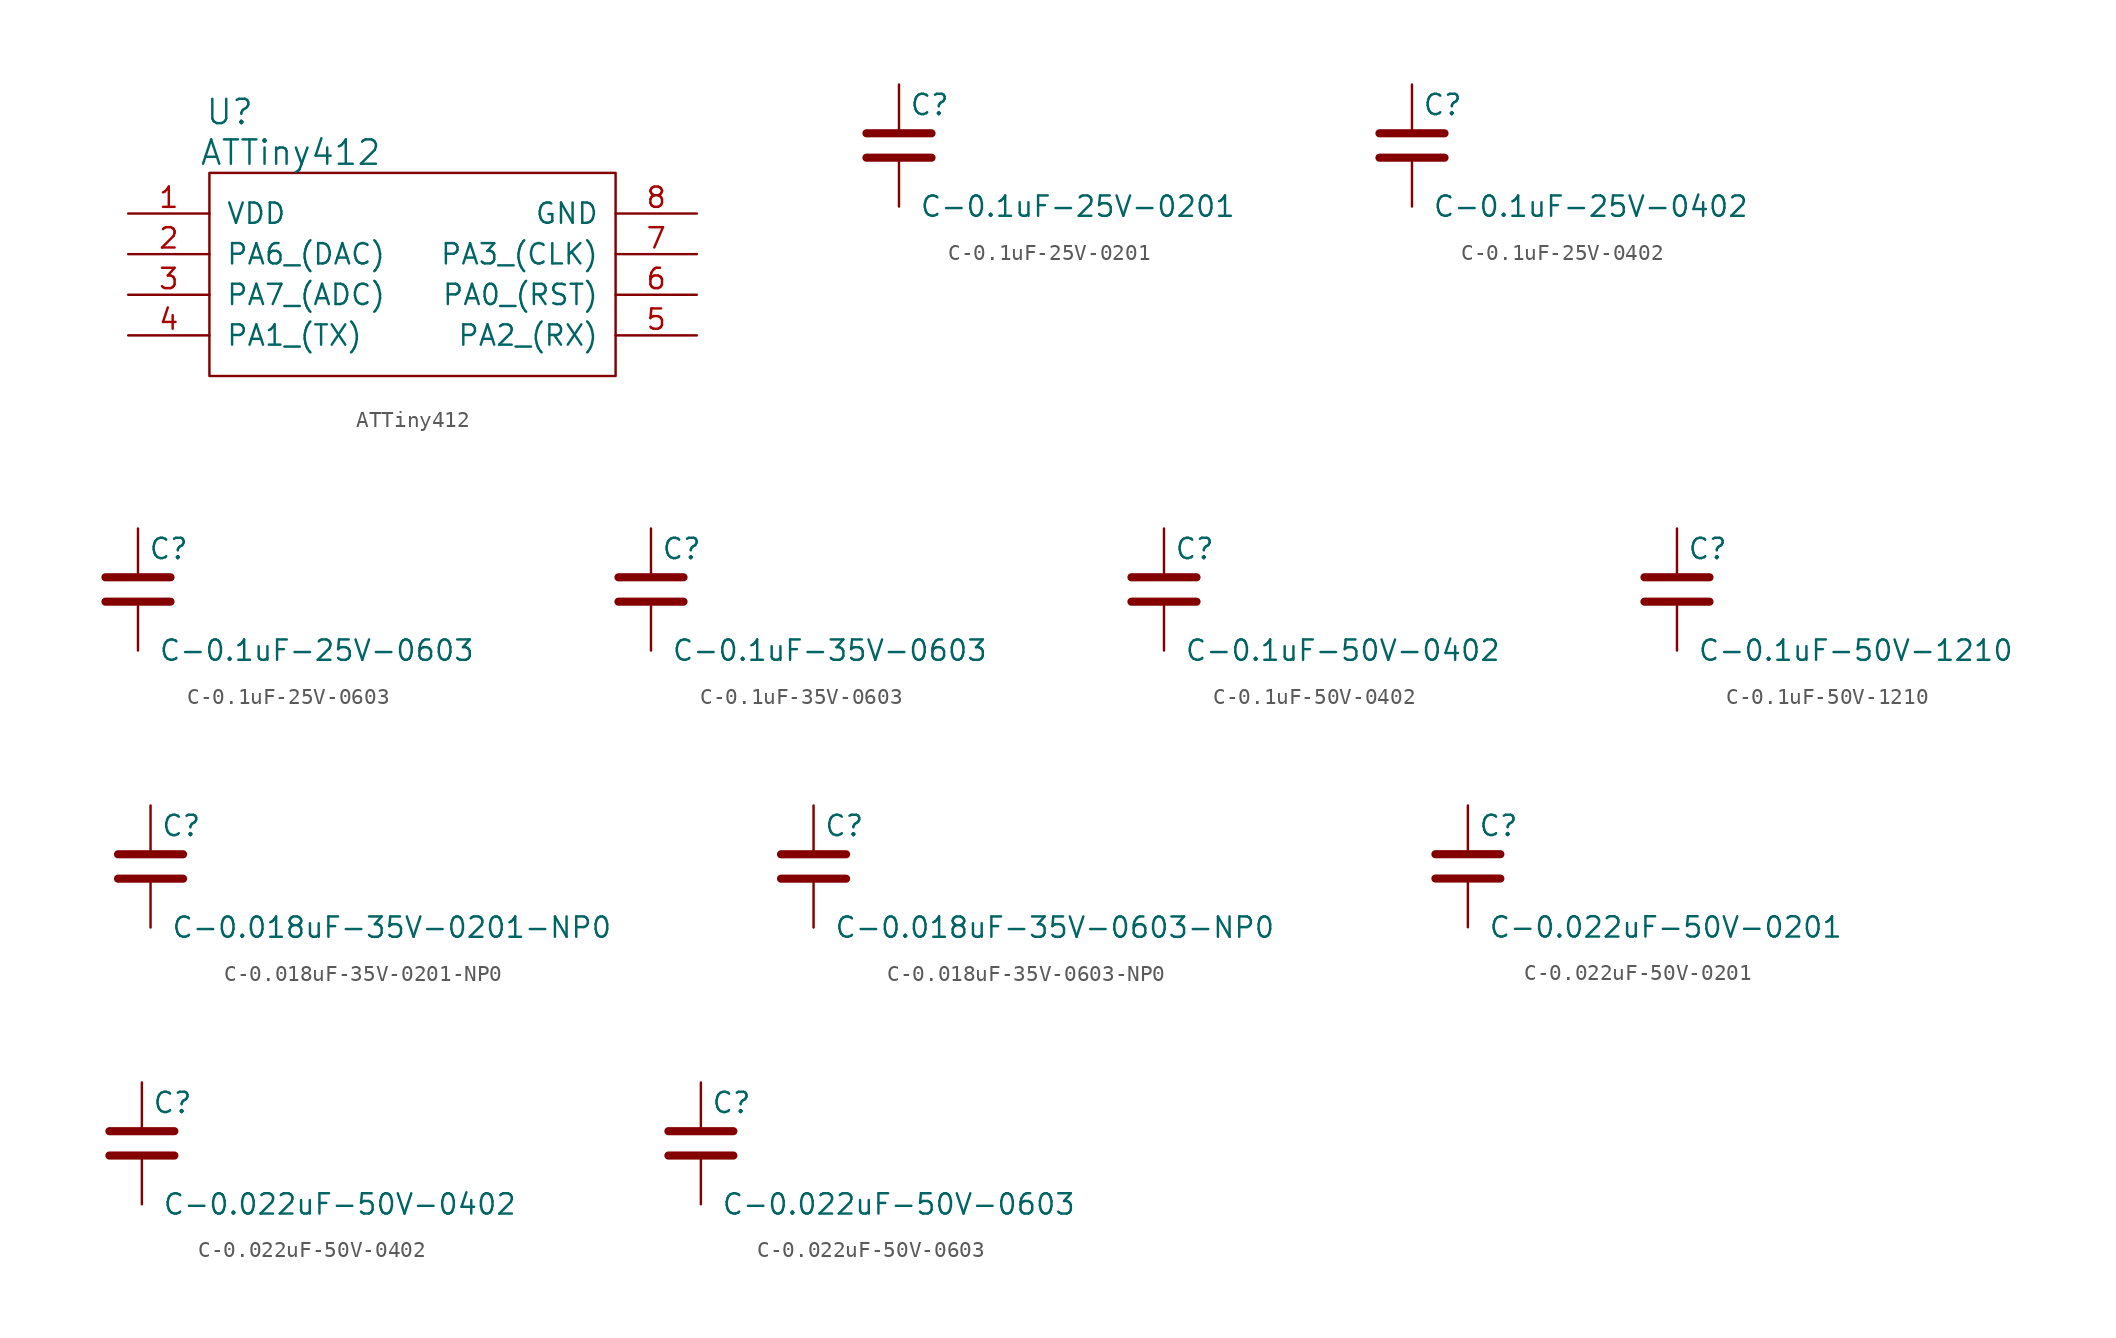
<source format=kicad_sym>
(kicad_symbol_lib
  (version 20211014)
  (generator kicad_symbol_editor)
  (symbol "ATTiny412"
    (pin_names
      (offset 1.016))
    (property "Reference" "U"
      (at -11.43 10.16 0)
      (effects (font (size 1.524 1.524))))
    (property "Value" "ATTiny412"
      (at -7.62 7.62 0)
      (effects (font (size 1.524 1.524))))
    (symbol "ATTiny412_0_1"
      (rectangle (start -12.7 6.35) (end 12.7 -6.35) (stroke (width 0) (type default) (color 0 0 0 0)) (fill (type none))))
    (symbol "ATTiny412_1_1"
      (pin input line (at -17.78 3.81 0) (length 5.08) (name "VDD" (effects (font (size 1.27 1.27)))) (number "1" (effects (font (size 1.27 1.27)))))
      (pin input line (at -17.78 1.27 0) (length 5.08) (name "PA6_(DAC)" (effects (font (size 1.27 1.27)))) (number "2" (effects (font (size 1.27 1.27)))))
      (pin input line (at -17.78 -1.27 0) (length 5.08) (name "PA7_(ADC)" (effects (font (size 1.27 1.27)))) (number "3" (effects (font (size 1.27 1.27)))))
      (pin input line (at -17.78 -3.81 0) (length 5.08) (name "PA1_(TX)" (effects (font (size 1.27 1.27)))) (number "4" (effects (font (size 1.27 1.27)))))
      (pin input line (at 17.78 -3.81 180) (length 5.08) (name "PA2_(RX)" (effects (font (size 1.27 1.27)))) (number "5" (effects (font (size 1.27 1.27)))))
      (pin input line (at 17.78 -1.27 180) (length 5.08) (name "PA0_(RST)" (effects (font (size 1.27 1.27)))) (number "6" (effects (font (size 1.27 1.27)))))
      (pin input line (at 17.78 1.27 180) (length 5.08) (name "PA3_(CLK)" (effects (font (size 1.27 1.27)))) (number "7" (effects (font (size 1.27 1.27)))))
      (pin input line (at 17.78 3.81 180) (length 5.08) (name "GND" (effects (font (size 1.27 1.27)))) (number "8" (effects (font (size 1.27 1.27)))))))
  (symbol "C-0.1uF-25V-0201"
    (pin_numbers hide)
    (pin_names
      (offset 0.254))
    (property "Reference" "C"
      (at 0.635 2.54 0)
      (effects (font (size 1.27 1.27)) (justify left)))
    (property "Value" "C-0.1uF-25V-0201"
      (at 1.27 -3.81 0)
      (effects (font (size 1.27 1.27)) (justify left)))
    (symbol "C-0.1uF-25V-0201_0_1"
      (polyline (pts (xy -2.032 -0.762) (xy 2.032 -0.762)) (stroke (width 0.508) (type default) (color 0 0 0 0)) (fill (type none)))
      (polyline (pts (xy -2.032 0.762) (xy 2.032 0.762)) (stroke (width 0.508) (type default) (color 0 0 0 0)) (fill (type none))))
    (symbol "C-0.1uF-25V-0201_1_1"
      (pin passive line (at 0 3.81 270) (length 2.794) (name "~" (effects (font (size 1.27 1.27)))) (number "1" (effects (font (size 1.27 1.27)))))
      (pin passive line (at 0 -3.81 90) (length 2.794) (name "~" (effects (font (size 1.27 1.27)))) (number "2" (effects (font (size 1.27 1.27)))))))
  (symbol "C-0.1uF-25V-0402"
    (pin_numbers hide)
    (pin_names
      (offset 0.254))
    (property "Reference" "C"
      (at 0.635 2.54 0)
      (effects (font (size 1.27 1.27)) (justify left)))
    (property "Value" "C-0.1uF-25V-0402"
      (at 1.27 -3.81 0)
      (effects (font (size 1.27 1.27)) (justify left)))
    (symbol "C-0.1uF-25V-0402_0_1"
      (polyline (pts (xy -2.032 -0.762) (xy 2.032 -0.762)) (stroke (width 0.508) (type default) (color 0 0 0 0)) (fill (type none)))
      (polyline (pts (xy -2.032 0.762) (xy 2.032 0.762)) (stroke (width 0.508) (type default) (color 0 0 0 0)) (fill (type none))))
    (symbol "C-0.1uF-25V-0402_1_1"
      (pin passive line (at 0 3.81 270) (length 2.794) (name "~" (effects (font (size 1.27 1.27)))) (number "1" (effects (font (size 1.27 1.27)))))
      (pin passive line (at 0 -3.81 90) (length 2.794) (name "~" (effects (font (size 1.27 1.27)))) (number "2" (effects (font (size 1.27 1.27)))))))
  (symbol "C-0.1uF-25V-0603"
    (pin_numbers hide)
    (pin_names
      (offset 0.254))
    (property "Reference" "C"
      (at 0.635 2.54 0)
      (effects (font (size 1.27 1.27)) (justify left)))
    (property "Value" "C-0.1uF-25V-0603"
      (at 1.27 -3.81 0)
      (effects (font (size 1.27 1.27)) (justify left)))
    (symbol "C-0.1uF-25V-0603_0_1"
      (polyline (pts (xy -2.032 -0.762) (xy 2.032 -0.762)) (stroke (width 0.508) (type default) (color 0 0 0 0)) (fill (type none)))
      (polyline (pts (xy -2.032 0.762) (xy 2.032 0.762)) (stroke (width 0.508) (type default) (color 0 0 0 0)) (fill (type none))))
    (symbol "C-0.1uF-25V-0603_1_1"
      (pin passive line (at 0 3.81 270) (length 2.794) (name "~" (effects (font (size 1.27 1.27)))) (number "1" (effects (font (size 1.27 1.27)))))
      (pin passive line (at 0 -3.81 90) (length 2.794) (name "~" (effects (font (size 1.27 1.27)))) (number "2" (effects (font (size 1.27 1.27)))))))
  (symbol "C-0.1uF-35V-0603"
    (pin_numbers hide)
    (pin_names
      (offset 0.254))
    (property "Reference" "C"
      (at 0.635 2.54 0)
      (effects (font (size 1.27 1.27)) (justify left)))
    (property "Value" "C-0.1uF-35V-0603"
      (at 1.27 -3.81 0)
      (effects (font (size 1.27 1.27)) (justify left)))
    (symbol "C-0.1uF-35V-0603_0_1"
      (polyline (pts (xy -2.032 -0.762) (xy 2.032 -0.762)) (stroke (width 0.508) (type default) (color 0 0 0 0)) (fill (type none)))
      (polyline (pts (xy -2.032 0.762) (xy 2.032 0.762)) (stroke (width 0.508) (type default) (color 0 0 0 0)) (fill (type none))))
    (symbol "C-0.1uF-35V-0603_1_1"
      (pin passive line (at 0 3.81 270) (length 2.794) (name "~" (effects (font (size 1.27 1.27)))) (number "1" (effects (font (size 1.27 1.27)))))
      (pin passive line (at 0 -3.81 90) (length 2.794) (name "~" (effects (font (size 1.27 1.27)))) (number "2" (effects (font (size 1.27 1.27)))))))
  (symbol "C-0.1uF-50V-0402"
    (pin_numbers hide)
    (pin_names
      (offset 0.254))
    (property "Reference" "C"
      (at 0.635 2.54 0)
      (effects (font (size 1.27 1.27)) (justify left)))
    (property "Value" "C-0.1uF-50V-0402"
      (at 1.27 -3.81 0)
      (effects (font (size 1.27 1.27)) (justify left)))
    (symbol "C-0.1uF-50V-0402_0_1"
      (polyline (pts (xy -2.032 -0.762) (xy 2.032 -0.762)) (stroke (width 0.508) (type default) (color 0 0 0 0)) (fill (type none)))
      (polyline (pts (xy -2.032 0.762) (xy 2.032 0.762)) (stroke (width 0.508) (type default) (color 0 0 0 0)) (fill (type none))))
    (symbol "C-0.1uF-50V-0402_1_1"
      (pin passive line (at 0 3.81 270) (length 2.794) (name "~" (effects (font (size 1.27 1.27)))) (number "1" (effects (font (size 1.27 1.27)))))
      (pin passive line (at 0 -3.81 90) (length 2.794) (name "~" (effects (font (size 1.27 1.27)))) (number "2" (effects (font (size 1.27 1.27)))))))
  (symbol "C-0.1uF-50V-1210"
    (pin_numbers hide)
    (pin_names
      (offset 0.254))
    (property "Reference" "C"
      (at 0.635 2.54 0)
      (effects (font (size 1.27 1.27)) (justify left)))
    (property "Value" "C-0.1uF-50V-1210"
      (at 1.27 -3.81 0)
      (effects (font (size 1.27 1.27)) (justify left)))
    (symbol "C-0.1uF-50V-1210_0_1"
      (polyline (pts (xy -2.032 -0.762) (xy 2.032 -0.762)) (stroke (width 0.508) (type default) (color 0 0 0 0)) (fill (type none)))
      (polyline (pts (xy -2.032 0.762) (xy 2.032 0.762)) (stroke (width 0.508) (type default) (color 0 0 0 0)) (fill (type none))))
    (symbol "C-0.1uF-50V-1210_1_1"
      (pin passive line (at 0 3.81 270) (length 2.794) (name "~" (effects (font (size 1.27 1.27)))) (number "1" (effects (font (size 1.27 1.27)))))
      (pin passive line (at 0 -3.81 90) (length 2.794) (name "~" (effects (font (size 1.27 1.27)))) (number "2" (effects (font (size 1.27 1.27)))))))
  (symbol "C-0.018uF-35V-0201-NP0"
    (pin_numbers hide)
    (pin_names
      (offset 0.254))
    (property "Reference" "C"
      (at 0.635 2.54 0)
      (effects (font (size 1.27 1.27)) (justify left)))
    (property "Value" "C-0.018uF-35V-0201-NP0"
      (at 1.27 -3.81 0)
      (effects (font (size 1.27 1.27)) (justify left)))
    (symbol "C-0.018uF-35V-0201-NP0_0_1"
      (polyline (pts (xy -2.032 -0.762) (xy 2.032 -0.762)) (stroke (width 0.508) (type default) (color 0 0 0 0)) (fill (type none)))
      (polyline (pts (xy -2.032 0.762) (xy 2.032 0.762)) (stroke (width 0.508) (type default) (color 0 0 0 0)) (fill (type none))))
    (symbol "C-0.018uF-35V-0201-NP0_1_1"
      (pin passive line (at 0 3.81 270) (length 2.794) (name "~" (effects (font (size 1.27 1.27)))) (number "1" (effects (font (size 1.27 1.27)))))
      (pin passive line (at 0 -3.81 90) (length 2.794) (name "~" (effects (font (size 1.27 1.27)))) (number "2" (effects (font (size 1.27 1.27)))))))
  (symbol "C-0.018uF-35V-0603-NP0"
    (pin_numbers hide)
    (pin_names
      (offset 0.254))
    (property "Reference" "C"
      (at 0.635 2.54 0)
      (effects (font (size 1.27 1.27)) (justify left)))
    (property "Value" "C-0.018uF-35V-0603-NP0"
      (at 1.27 -3.81 0)
      (effects (font (size 1.27 1.27)) (justify left)))
    (symbol "C-0.018uF-35V-0603-NP0_0_1"
      (polyline (pts (xy -2.032 -0.762) (xy 2.032 -0.762)) (stroke (width 0.508) (type default) (color 0 0 0 0)) (fill (type none)))
      (polyline (pts (xy -2.032 0.762) (xy 2.032 0.762)) (stroke (width 0.508) (type default) (color 0 0 0 0)) (fill (type none))))
    (symbol "C-0.018uF-35V-0603-NP0_1_1"
      (pin passive line (at 0 3.81 270) (length 2.794) (name "~" (effects (font (size 1.27 1.27)))) (number "1" (effects (font (size 1.27 1.27)))))
      (pin passive line (at 0 -3.81 90) (length 2.794) (name "~" (effects (font (size 1.27 1.27)))) (number "2" (effects (font (size 1.27 1.27)))))))
  (symbol "C-0.022uF-50V-0201"
    (pin_numbers hide)
    (pin_names
      (offset 0.254))
    (property "Reference" "C"
      (at 0.635 2.54 0)
      (effects (font (size 1.27 1.27)) (justify left)))
    (property "Value" "C-0.022uF-50V-0201"
      (at 1.27 -3.81 0)
      (effects (font (size 1.27 1.27)) (justify left)))
    (symbol "C-0.022uF-50V-0201_0_1"
      (polyline (pts (xy -2.032 -0.762) (xy 2.032 -0.762)) (stroke (width 0.508) (type default) (color 0 0 0 0)) (fill (type none)))
      (polyline (pts (xy -2.032 0.762) (xy 2.032 0.762)) (stroke (width 0.508) (type default) (color 0 0 0 0)) (fill (type none))))
    (symbol "C-0.022uF-50V-0201_1_1"
      (pin passive line (at 0 3.81 270) (length 2.794) (name "~" (effects (font (size 1.27 1.27)))) (number "1" (effects (font (size 1.27 1.27)))))
      (pin passive line (at 0 -3.81 90) (length 2.794) (name "~" (effects (font (size 1.27 1.27)))) (number "2" (effects (font (size 1.27 1.27)))))))
  (symbol "C-0.022uF-50V-0402"
    (pin_numbers hide)
    (pin_names
      (offset 0.254))
    (property "Reference" "C"
      (at 0.635 2.54 0)
      (effects (font (size 1.27 1.27)) (justify left)))
    (property "Value" "C-0.022uF-50V-0402"
      (at 1.27 -3.81 0)
      (effects (font (size 1.27 1.27)) (justify left)))
    (symbol "C-0.022uF-50V-0402_0_1"
      (polyline (pts (xy -2.032 -0.762) (xy 2.032 -0.762)) (stroke (width 0.508) (type default) (color 0 0 0 0)) (fill (type none)))
      (polyline (pts (xy -2.032 0.762) (xy 2.032 0.762)) (stroke (width 0.508) (type default) (color 0 0 0 0)) (fill (type none))))
    (symbol "C-0.022uF-50V-0402_1_1"
      (pin passive line (at 0 3.81 270) (length 2.794) (name "~" (effects (font (size 1.27 1.27)))) (number "1" (effects (font (size 1.27 1.27)))))
      (pin passive line (at 0 -3.81 90) (length 2.794) (name "~" (effects (font (size 1.27 1.27)))) (number "2" (effects (font (size 1.27 1.27)))))))
  (symbol "C-0.022uF-50V-0603"
    (pin_numbers hide)
    (pin_names
      (offset 0.254))
    (property "Reference" "C"
      (at 0.635 2.54 0)
      (effects (font (size 1.27 1.27)) (justify left)))
    (property "Value" "C-0.022uF-50V-0603"
      (at 1.27 -3.81 0)
      (effects (font (size 1.27 1.27)) (justify left)))
    (symbol "C-0.022uF-50V-0603_0_1"
      (polyline (pts (xy -2.032 -0.762) (xy 2.032 -0.762)) (stroke (width 0.508) (type default) (color 0 0 0 0)) (fill (type none)))
      (polyline (pts (xy -2.032 0.762) (xy 2.032 0.762)) (stroke (width 0.508) (type default) (color 0 0 0 0)) (fill (type none))))
    (symbol "C-0.022uF-50V-0603_1_1"
      (pin passive line (at 0 3.81 270) (length 2.794) (name "~" (effects (font (size 1.27 1.27)))) (number "1" (effects (font (size 1.27 1.27)))))
      (pin passive line (at 0 -3.81 90) (length 2.794) (name "~" (effects (font (size 1.27 1.27)))) (number "2" (effects (font (size 1.27 1.27))))))))
</source>
